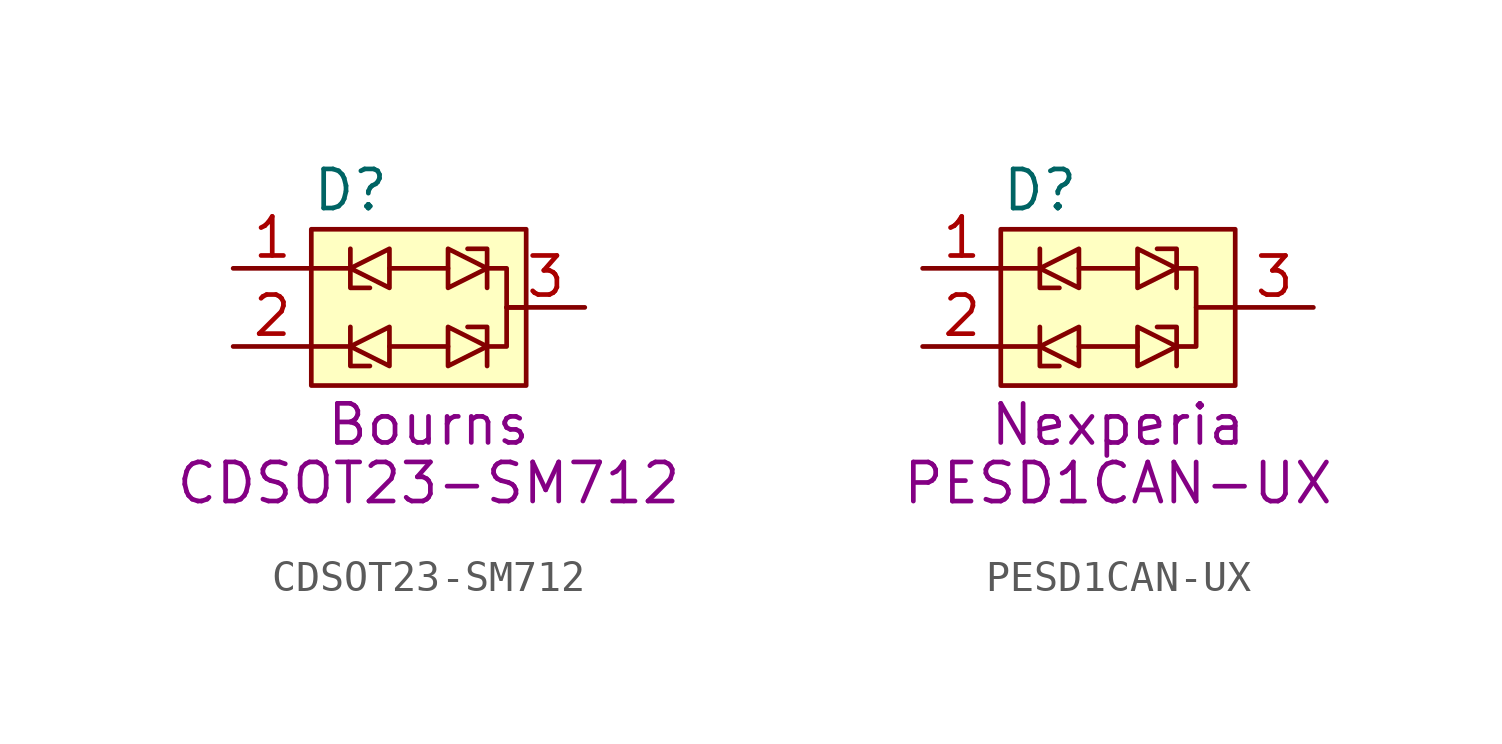
<source format=kicad_sym>
(kicad_symbol_lib
  (version 20211014)
  (generator kicad_symbol_editor)
  (symbol "CDSOT23-SM712"
    (pin_names
      (offset 1.016))
    (property "Reference" "D"
      (at -3.81 3.81 0)
      (effects (font (size 1.27 1.27)) (justify left)))
    (property "Manufacturer" "Bourns"
      (at 0 -3.81 0)
      (effects (font (size 1.27 1.27))))
    (property "MPN" "CDSOT23-SM712"
      (at 0 -5.715 0)
      (effects (font (size 1.27 1.27))))
    (symbol "CDSOT23-SM712_0_0"
      (pin bidirectional line (at -6.35 1.27 0) (length 2.54) (name "~" (effects (font (size 1.27 1.27)))) (number "1" (effects (font (size 1.27 1.27)))))
      (pin bidirectional line (at -6.35 -1.27 0) (length 2.54) (name "~" (effects (font (size 1.27 1.27)))) (number "2" (effects (font (size 1.27 1.27)))))
      (pin power_in line (at 5.08 0 180) (length 2.54) (name "~" (effects (font (size 1.27 1.27)))) (number "3" (effects (font (size 1.27 1.27))))))
    (symbol "CDSOT23-SM712_0_1"
      (rectangle (start -3.81 2.54) (end 3.175 -2.54) (stroke (width 0) (type default) (color 0 0 0 0)) (fill (type background)))
      (polyline (pts (xy -2.54 -1.27) (xy -3.81 -1.27)) (stroke (width 0) (type default) (color 0 0 0 0)) (fill (type none)))
      (polyline (pts (xy -2.54 1.27) (xy -3.81 1.27)) (stroke (width 0) (type default) (color 0 0 0 0)) (fill (type none)))
      (polyline (pts (xy -1.27 -1.27) (xy 0.635 -1.27)) (stroke (width 0) (type default) (color 0 0 0 0)) (fill (type none)))
      (polyline (pts (xy -1.27 1.27) (xy 0.635 1.27)) (stroke (width 0) (type default) (color 0 0 0 0)) (fill (type none)))
      (polyline (pts (xy 2.54 0) (xy 3.175 0)) (stroke (width 0) (type default) (color 0 0 0 0)) (fill (type none)))
      (polyline (pts (xy -2.54 -0.635) (xy -2.54 -1.905) (xy -1.905 -1.905)) (stroke (width 0) (type default) (color 0 0 0 0)) (fill (type none)))
      (polyline (pts (xy -2.54 1.905) (xy -2.54 0.635) (xy -1.905 0.635)) (stroke (width 0) (type default) (color 0 0 0 0)) (fill (type none)))
      (polyline (pts (xy 1.905 -1.905) (xy 1.905 -0.635) (xy 1.27 -0.635)) (stroke (width 0) (type default) (color 0 0 0 0)) (fill (type none)))
      (polyline (pts (xy 1.905 0.635) (xy 1.905 1.905) (xy 1.27 1.905)) (stroke (width 0) (type default) (color 0 0 0 0)) (fill (type none)))
      (polyline (pts (xy -1.27 -0.635) (xy -1.27 -1.905) (xy -2.54 -1.27) (xy -1.27 -0.635)) (stroke (width 0) (type default) (color 0 0 0 0)) (fill (type none)))
      (polyline (pts (xy 0.635 -0.635) (xy 0.635 -1.905) (xy 1.905 -1.27) (xy 0.635 -0.635)) (stroke (width 0) (type default) (color 0 0 0 0)) (fill (type none)))
      (polyline (pts (xy 0.635 1.905) (xy 0.635 0.635) (xy 1.905 1.27) (xy 0.635 1.905)) (stroke (width 0) (type default) (color 0 0 0 0)) (fill (type none)))
      (polyline (pts (xy 1.905 1.27) (xy 2.54 1.27) (xy 2.54 -1.27) (xy 1.905 -1.27)) (stroke (width 0) (type default) (color 0 0 0 0)) (fill (type none)))
      (polyline (pts (xy -1.27 1.905) (xy -2.54 1.27) (xy -1.27 0.635) (xy -1.27 1.27) (xy -1.27 1.905)) (stroke (width 0) (type default) (color 0 0 0 0)) (fill (type none)))))
  (symbol "PESD1CAN-UX"
    (pin_names
      (offset 1.016))
    (property "Reference" "D"
      (at -3.81 3.81 0)
      (effects (font (size 1.27 1.27)) (justify left)))
    (property "Manufacturer" "Nexperia"
      (at 0 -3.81 0)
      (effects (font (size 1.27 1.27))))
    (property "MPN" "PESD1CAN-UX"
      (at 0 -5.715 0)
      (effects (font (size 1.27 1.27))))
    (symbol "PESD1CAN-UX_0_0"
      (pin bidirectional line (at -6.35 1.27 0) (length 2.54) (name "~" (effects (font (size 1.27 1.27)))) (number "1" (effects (font (size 1.27 1.27)))))
      (pin bidirectional line (at -6.35 -1.27 0) (length 2.54) (name "~" (effects (font (size 1.27 1.27)))) (number "2" (effects (font (size 1.27 1.27)))))
      (pin power_in line (at 6.35 0 180) (length 2.54) (name "~" (effects (font (size 1.27 1.27)))) (number "3" (effects (font (size 1.27 1.27))))))
    (symbol "PESD1CAN-UX_0_1"
      (rectangle (start -3.81 2.54) (end 3.81 -2.54) (stroke (width 0) (type default) (color 0 0 0 0)) (fill (type background)))
      (polyline (pts (xy -2.54 -1.27) (xy -3.81 -1.27)) (stroke (width 0) (type default) (color 0 0 0 0)) (fill (type none)))
      (polyline (pts (xy -2.54 1.27) (xy -3.81 1.27)) (stroke (width 0) (type default) (color 0 0 0 0)) (fill (type none)))
      (polyline (pts (xy -1.27 -1.27) (xy 0.635 -1.27)) (stroke (width 0) (type default) (color 0 0 0 0)) (fill (type none)))
      (polyline (pts (xy -1.27 1.27) (xy 0.635 1.27)) (stroke (width 0) (type default) (color 0 0 0 0)) (fill (type none)))
      (polyline (pts (xy 2.54 0) (xy 3.81 0)) (stroke (width 0) (type default) (color 0 0 0 0)) (fill (type none)))
      (polyline (pts (xy -2.54 -0.635) (xy -2.54 -1.905) (xy -1.905 -1.905)) (stroke (width 0) (type default) (color 0 0 0 0)) (fill (type none)))
      (polyline (pts (xy -2.54 1.905) (xy -2.54 0.635) (xy -1.905 0.635)) (stroke (width 0) (type default) (color 0 0 0 0)) (fill (type none)))
      (polyline (pts (xy 1.905 -1.905) (xy 1.905 -0.635) (xy 1.27 -0.635)) (stroke (width 0) (type default) (color 0 0 0 0)) (fill (type none)))
      (polyline (pts (xy 1.905 0.635) (xy 1.905 1.905) (xy 1.27 1.905)) (stroke (width 0) (type default) (color 0 0 0 0)) (fill (type none)))
      (polyline (pts (xy -1.27 -0.635) (xy -1.27 -1.905) (xy -2.54 -1.27) (xy -1.27 -0.635)) (stroke (width 0) (type default) (color 0 0 0 0)) (fill (type none)))
      (polyline (pts (xy 0.635 -0.635) (xy 0.635 -1.905) (xy 1.905 -1.27) (xy 0.635 -0.635)) (stroke (width 0) (type default) (color 0 0 0 0)) (fill (type none)))
      (polyline (pts (xy 0.635 1.905) (xy 0.635 0.635) (xy 1.905 1.27) (xy 0.635 1.905)) (stroke (width 0) (type default) (color 0 0 0 0)) (fill (type none)))
      (polyline (pts (xy 1.905 1.27) (xy 2.54 1.27) (xy 2.54 -1.27) (xy 1.905 -1.27)) (stroke (width 0) (type default) (color 0 0 0 0)) (fill (type none)))
      (polyline (pts (xy -1.27 1.905) (xy -2.54 1.27) (xy -1.27 0.635) (xy -1.27 1.27) (xy -1.27 1.905)) (stroke (width 0) (type default) (color 0 0 0 0)) (fill (type none))))))
</source>
